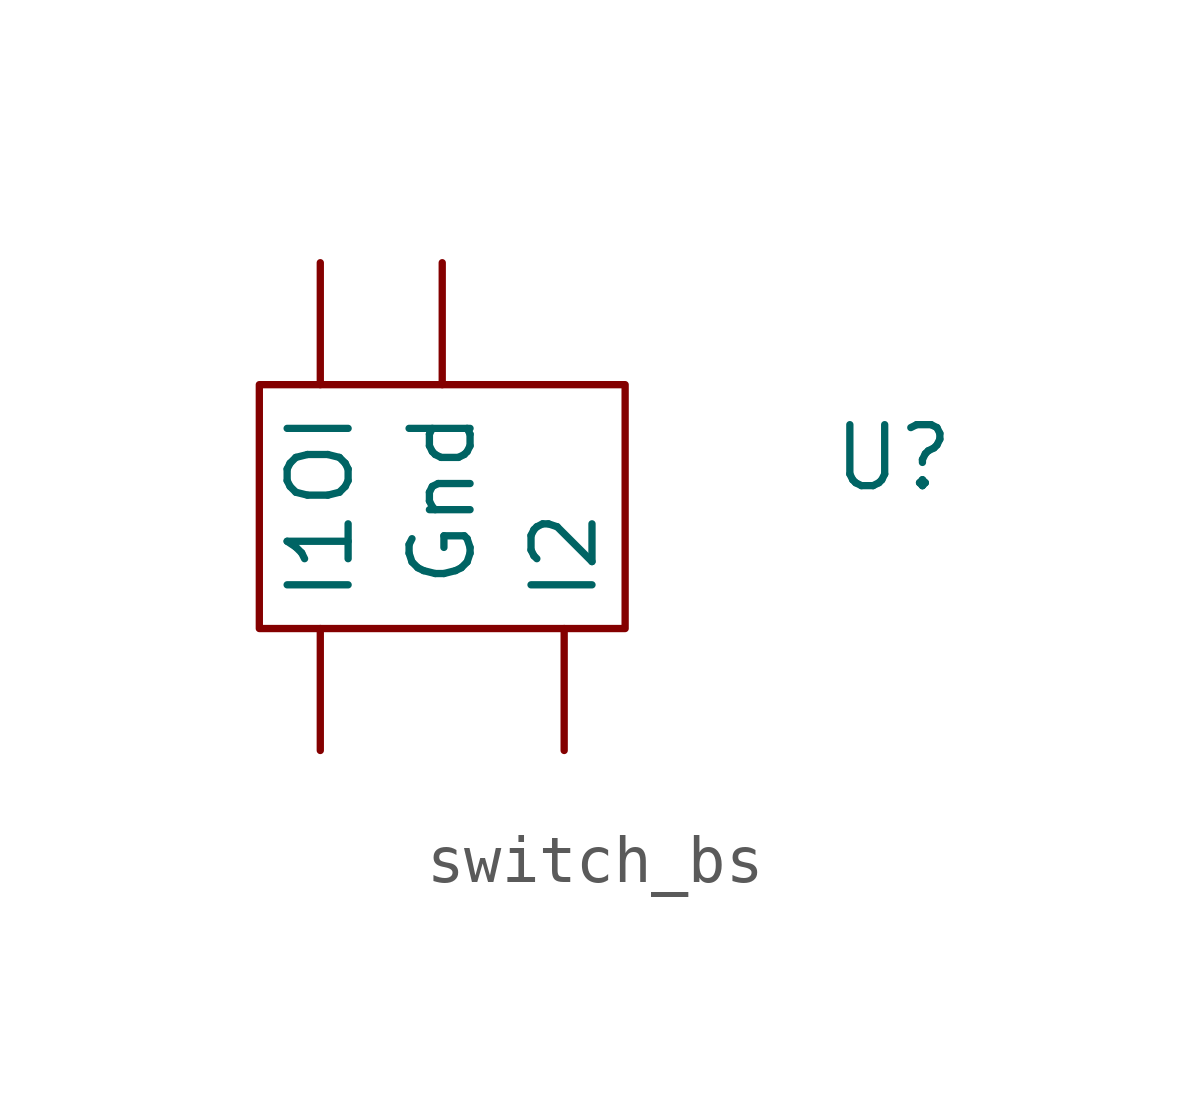
<source format=kicad_sym>
(kicad_symbol_lib
  (version 20231120)
  (generator "kicad_symbol_editor")
  (generator_version "8.0")
  (symbol "switch_bs"
    (property "Reference" "U"
      (at 9.398 1.016 0)
      (effects (font (size 1.27 1.27))))
    (property "Value" ""
      (at 0 0 0)
      (effects (font (size 1.27 1.27))))
    (symbol "switch_bs_0_1"
      (rectangle (start -3.81 2.54) (end 3.81 -2.54) (stroke (width 0) (type default)) (fill (type none))))
    (symbol "switch_bs_1_1"
      (pin bidirectional line (at 0 5.08 270) (length 2.54) (name "Gnd" (effects (font (size 1.27 1.27)))) (number "" (effects (font (size 1.27 1.27)))))
      (pin input line (at -2.54 -5.08 90) (length 2.54) (name "I1" (effects (font (size 1.27 1.27)))) (number "" (effects (font (size 1.27 1.27)))))
      (pin input line (at 2.54 -5.08 90) (length 2.54) (name "I2" (effects (font (size 1.27 1.27)))) (number "" (effects (font (size 1.27 1.27)))))
      (pin output line (at -2.54 5.08 270) (length 2.54) (name "OI" (effects (font (size 1.27 1.27)))) (number "" (effects (font (size 1.27 1.27))))))))
</source>
